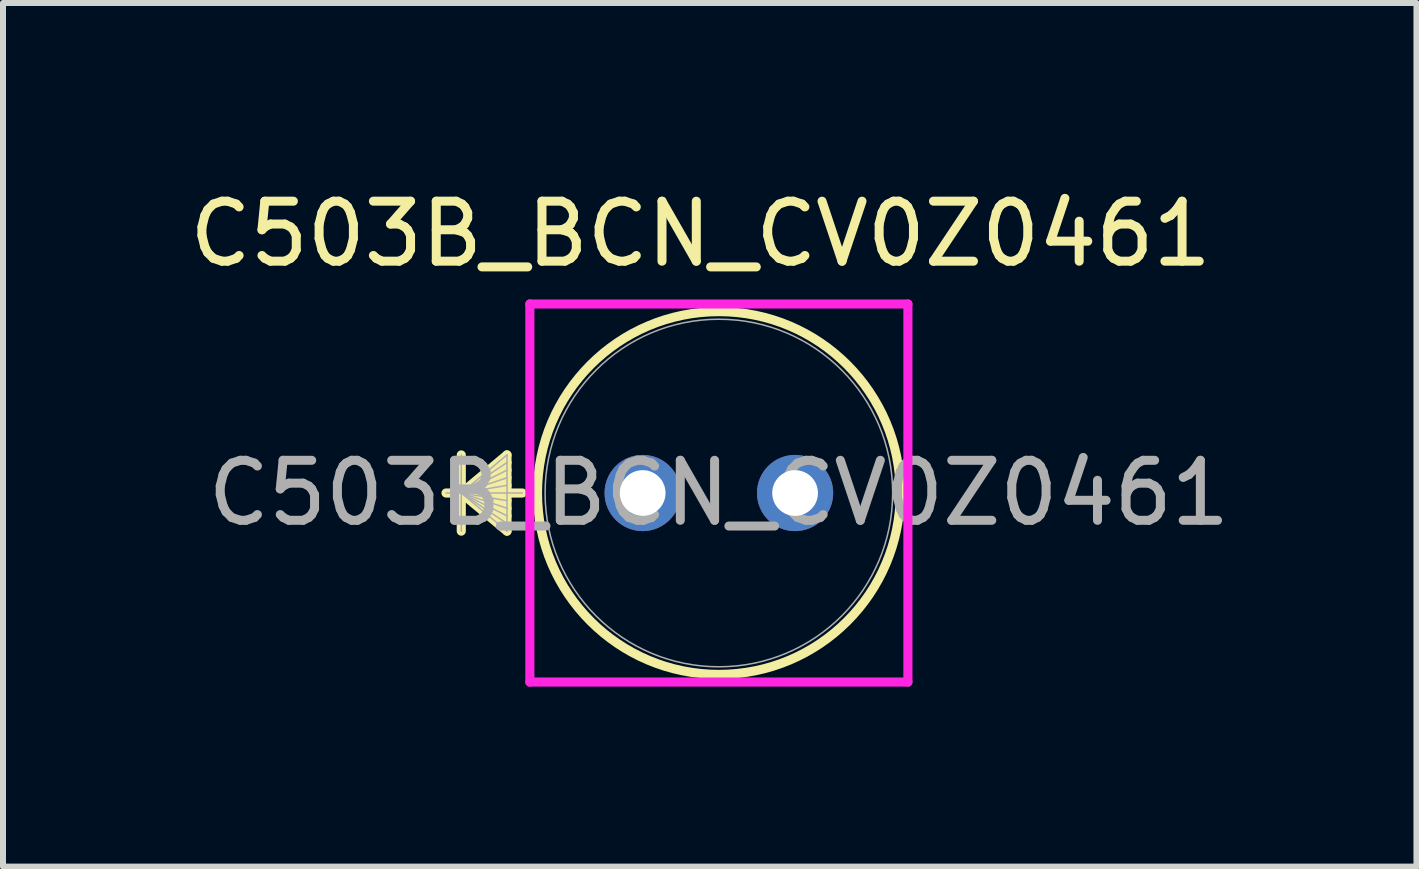
<source format=kicad_pcb>
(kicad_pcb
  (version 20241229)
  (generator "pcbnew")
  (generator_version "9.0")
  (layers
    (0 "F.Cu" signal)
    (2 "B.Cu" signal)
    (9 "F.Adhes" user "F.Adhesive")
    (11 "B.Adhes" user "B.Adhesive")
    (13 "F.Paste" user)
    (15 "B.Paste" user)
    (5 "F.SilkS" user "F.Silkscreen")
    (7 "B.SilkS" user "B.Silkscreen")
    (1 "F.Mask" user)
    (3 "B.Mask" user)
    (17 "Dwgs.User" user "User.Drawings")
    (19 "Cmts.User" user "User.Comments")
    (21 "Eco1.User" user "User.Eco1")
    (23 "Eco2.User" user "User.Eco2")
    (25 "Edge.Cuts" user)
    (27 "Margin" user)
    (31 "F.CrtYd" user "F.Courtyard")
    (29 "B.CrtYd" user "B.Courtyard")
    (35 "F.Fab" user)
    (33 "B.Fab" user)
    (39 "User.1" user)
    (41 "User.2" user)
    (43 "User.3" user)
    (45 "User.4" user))
  (footprint "C503B_BCN_CV0Z0461"
    (layer "F.Cu")
    (at 7.66 5.166)
    (property "Reference" "C503B_BCN_CV0Z0461" (at 0.965 -4.318 0) (layer "F.SilkS") (effects (font (size 1 1) (thickness 0.15))))
    (attr through_hole)
    (fp_line (start -3.023 -0.635) (end -3.023 0.635) (stroke (width 0.152) (type solid)) (layer "F.SilkS"))
    (fp_line (start -3.023 0) (end -2.261 -0.635) (stroke (width 0.152) (type solid)) (layer "F.SilkS"))
    (fp_line (start -3.023 0) (end -2.261 -0.508) (stroke (width 0.152) (type solid)) (layer "F.SilkS"))
    (fp_line (start -3.023 0) (end -2.261 -0.381) (stroke (width 0.152) (type solid)) (layer "F.SilkS"))
    (fp_line (start -3.023 0) (end -2.261 -0.254) (stroke (width 0.152) (type solid)) (layer "F.SilkS"))
    (fp_line (start -3.023 0) (end -2.261 -0.127) (stroke (width 0.152) (type solid)) (layer "F.SilkS"))
    (fp_line (start -3.023 0) (end -2.261 0.127) (stroke (width 0.152) (type solid)) (layer "F.SilkS"))
    (fp_line (start -3.023 0) (end -2.261 0.254) (stroke (width 0.152) (type solid)) (layer "F.SilkS"))
    (fp_line (start -3.023 0) (end -2.261 0.381) (stroke (width 0.152) (type solid)) (layer "F.SilkS"))
    (fp_line (start -3.023 0) (end -2.261 0.508) (stroke (width 0.152) (type solid)) (layer "F.SilkS"))
    (fp_line (start -3.023 0) (end -2.261 0.635) (stroke (width 0.152) (type solid)) (layer "F.SilkS"))
    (fp_line (start -2.261 -0.635) (end -2.261 0.635) (stroke (width 0.152) (type solid)) (layer "F.SilkS"))
    (fp_line (start -2.007 0) (end -3.277 0) (stroke (width 0.152) (type solid)) (layer "F.SilkS"))
    (fp_circle (center 1.27 0) (end 4.293 0) (stroke (width 0.152) (type solid)) (fill no) (layer "F.SilkS"))
    (fp_line (start -1.88 -3.15) (end 4.42 -3.15) (stroke (width 0.152) (type solid)) (layer "F.CrtYd"))
    (fp_line (start -1.88 3.15) (end -1.88 -3.15) (stroke (width 0.152) (type solid)) (layer "F.CrtYd"))
    (fp_line (start 4.42 -3.15) (end 4.42 3.15) (stroke (width 0.152) (type solid)) (layer "F.CrtYd"))
    (fp_line (start 4.42 3.15) (end -1.88 3.15) (stroke (width 0.152) (type solid)) (layer "F.CrtYd"))
    (fp_line (start -3.023 -0.635) (end -3.023 0.635) (stroke (width 0.025) (type solid)) (layer "F.Fab"))
    (fp_line (start -3.023 0) (end -2.261 -0.635) (stroke (width 0.025) (type solid)) (layer "F.Fab"))
    (fp_line (start -3.023 0) (end -2.261 -0.508) (stroke (width 0.025) (type solid)) (layer "F.Fab"))
    (fp_line (start -3.023 0) (end -2.261 -0.381) (stroke (width 0.025) (type solid)) (layer "F.Fab"))
    (fp_line (start -3.023 0) (end -2.261 -0.254) (stroke (width 0.025) (type solid)) (layer "F.Fab"))
    (fp_line (start -3.023 0) (end -2.261 -0.127) (stroke (width 0.025) (type solid)) (layer "F.Fab"))
    (fp_line (start -3.023 0) (end -2.261 0.127) (stroke (width 0.025) (type solid)) (layer "F.Fab"))
    (fp_line (start -3.023 0) (end -2.261 0.254) (stroke (width 0.025) (type solid)) (layer "F.Fab"))
    (fp_line (start -3.023 0) (end -2.261 0.381) (stroke (width 0.025) (type solid)) (layer "F.Fab"))
    (fp_line (start -3.023 0) (end -2.261 0.508) (stroke (width 0.025) (type solid)) (layer "F.Fab"))
    (fp_line (start -3.023 0) (end -2.261 0.635) (stroke (width 0.025) (type solid)) (layer "F.Fab"))
    (fp_line (start -2.261 -0.635) (end -2.261 0.635) (stroke (width 0.025) (type solid)) (layer "F.Fab"))
    (fp_line (start -2.007 0) (end -3.277 0) (stroke (width 0.025) (type solid)) (layer "F.Fab"))
    (fp_circle (center 1.27 0) (end 4.166 0) (stroke (width 0.025) (type solid)) (fill no) (layer "F.Fab"))
    (fp_text user "${REFERENCE}" (at 1.27 0 0) (layer "F.Fab") (effects (font (size 1 1) (thickness 0.15))))
    (pad "1" thru_hole circle (at 0 0) (size 1.27 1.27) (drill 0.762) (layers "*.Cu" "*.Mask"))
    (pad "2" thru_hole circle (at 2.54 0) (size 1.27 1.27) (drill 0.762) (layers "*.Cu" "*.Mask")))
  (gr_rect
    (start -3 -3)
    (end 20.555 11.392)
    (stroke (width 0.1) (type default))
    (fill no)
    (layer "Edge.Cuts")))
</source>
